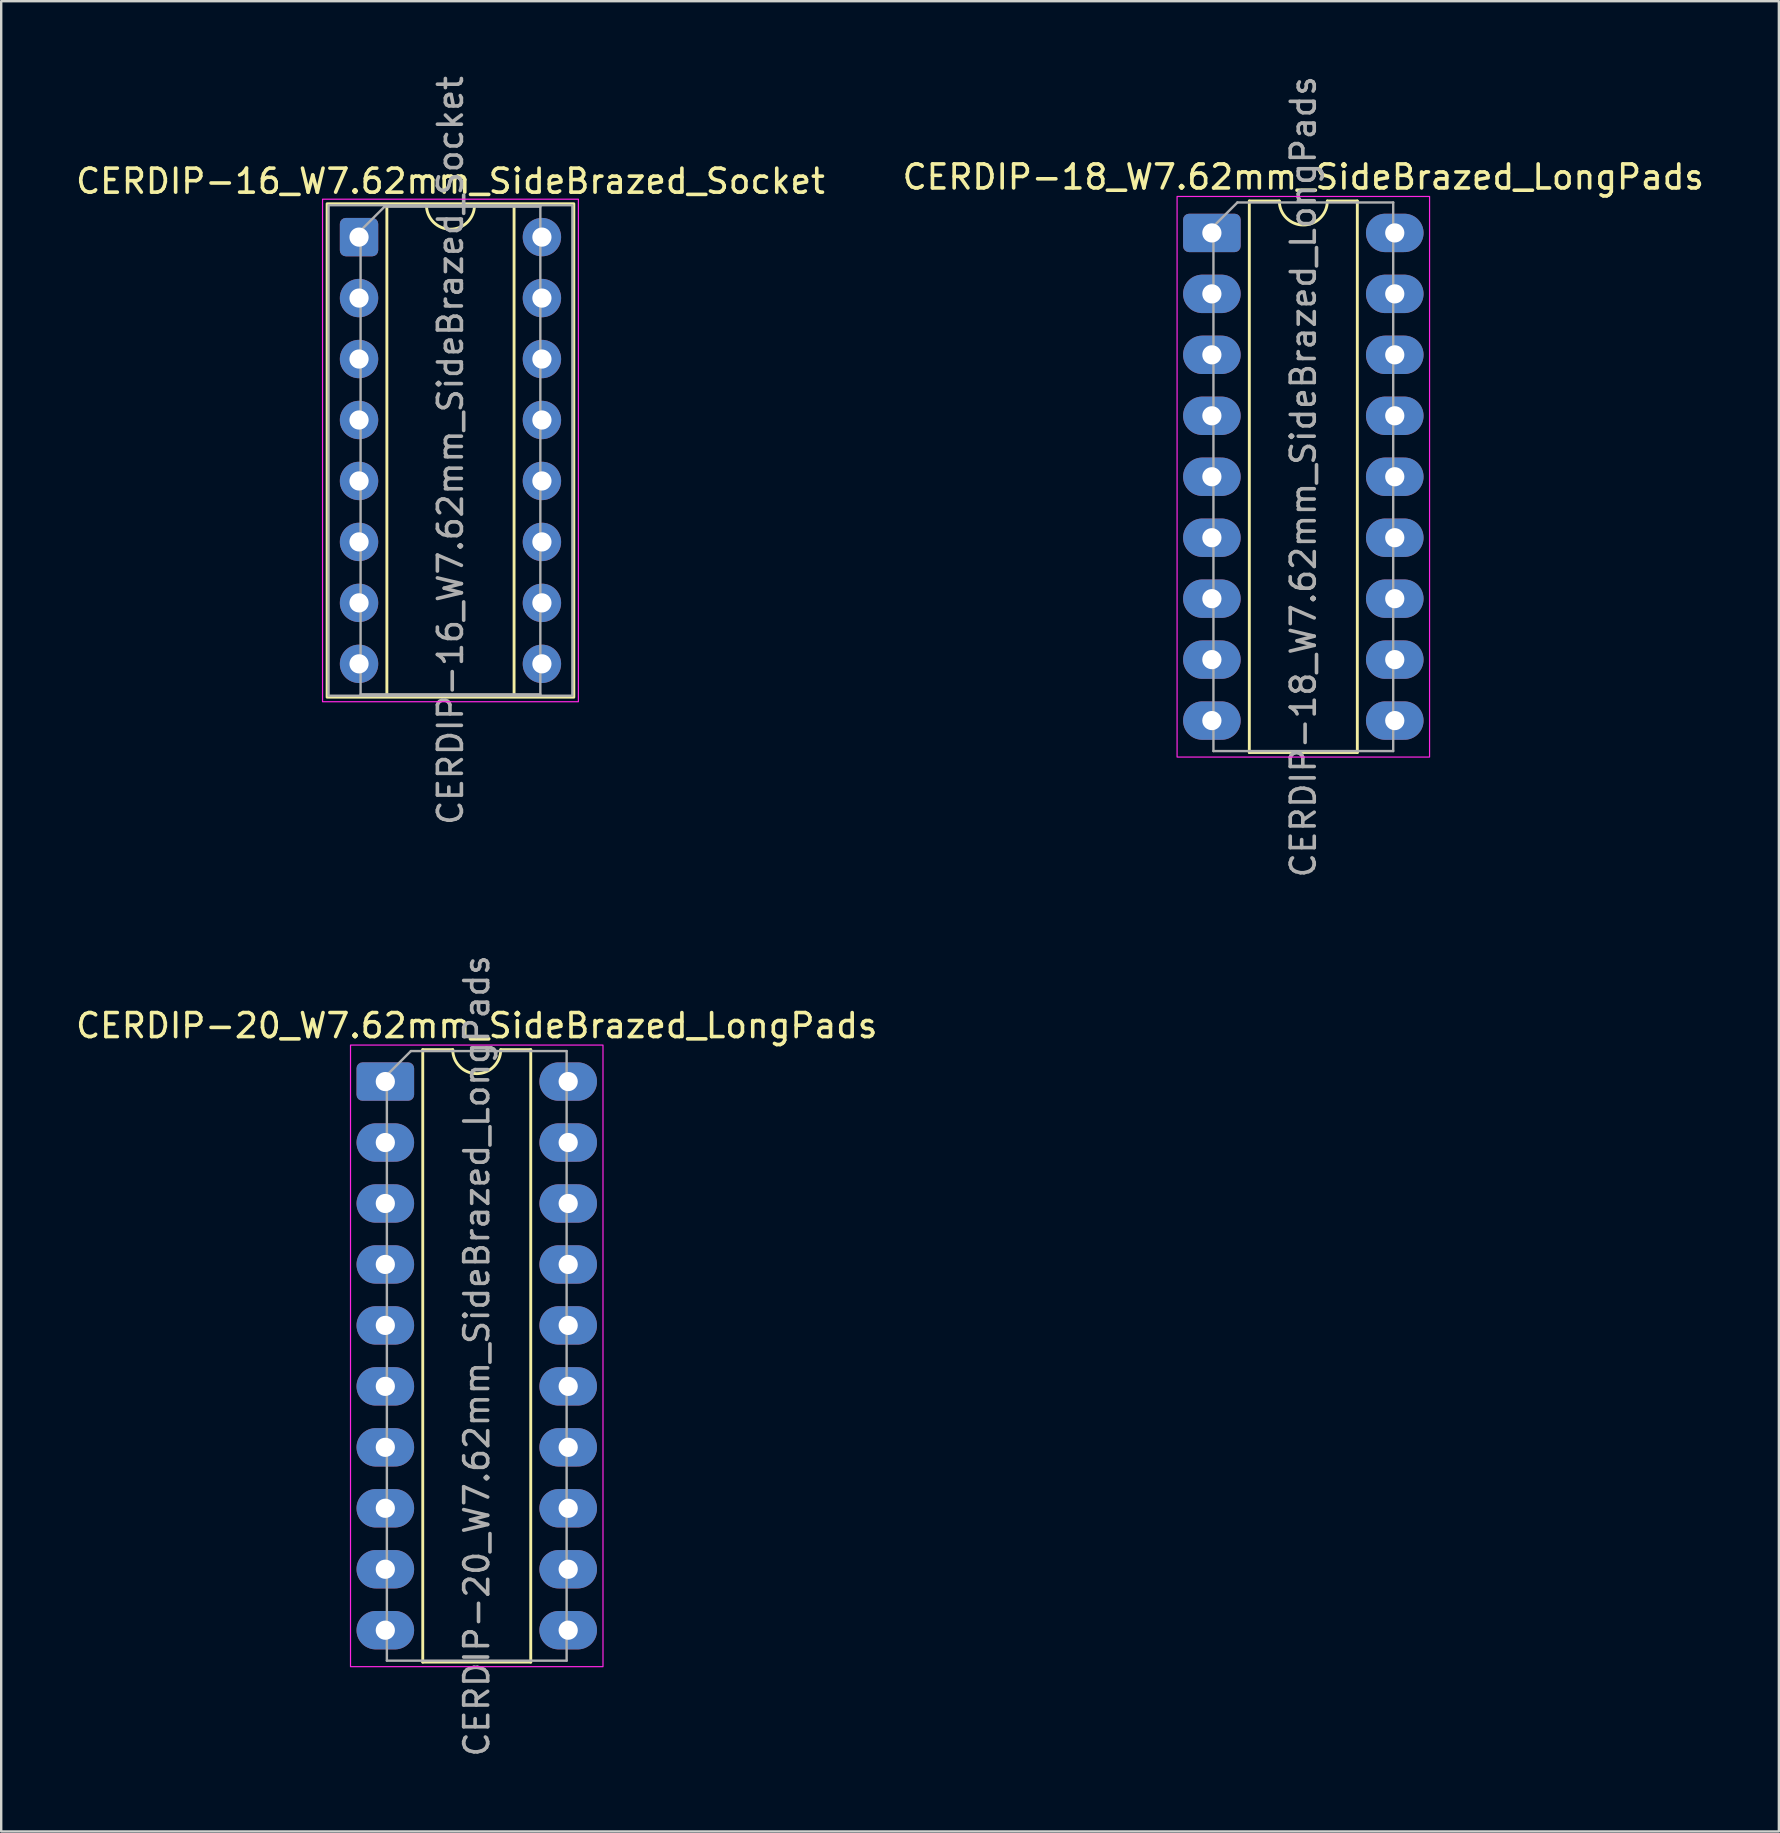
<source format=kicad_pcb>
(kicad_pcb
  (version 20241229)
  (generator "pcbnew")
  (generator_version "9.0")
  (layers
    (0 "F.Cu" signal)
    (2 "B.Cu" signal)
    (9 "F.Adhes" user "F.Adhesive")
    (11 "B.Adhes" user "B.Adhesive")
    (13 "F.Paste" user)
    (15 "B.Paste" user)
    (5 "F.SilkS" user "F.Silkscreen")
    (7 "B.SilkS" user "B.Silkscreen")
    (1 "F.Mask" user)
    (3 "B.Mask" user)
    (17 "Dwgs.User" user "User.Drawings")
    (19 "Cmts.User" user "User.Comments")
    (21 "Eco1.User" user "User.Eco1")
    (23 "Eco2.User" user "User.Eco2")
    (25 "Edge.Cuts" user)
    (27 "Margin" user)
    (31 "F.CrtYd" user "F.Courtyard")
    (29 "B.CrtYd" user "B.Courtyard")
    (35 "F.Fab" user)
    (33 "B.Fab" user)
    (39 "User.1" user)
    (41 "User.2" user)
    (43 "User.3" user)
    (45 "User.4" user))
  (footprint "CERDIP-16_W7.62mm_SideBrazed_Socket"
    (layer "F.Cu")
    (at 11.91 6.83)
    (property "Reference" "CERDIP-16_W7.62mm_SideBrazed_Socket" (at 3.81 -2.33 0) (layer "F.SilkS") (effects (font (size 1 1) (thickness 0.15))))
    (attr through_hole)
    (fp_line (start 1.16 -1.33) (end 1.16 19.11) (stroke (width 0.12) (type solid)) (layer "F.SilkS"))
    (fp_line (start 1.16 19.11) (end 6.46 19.11) (stroke (width 0.12) (type solid)) (layer "F.SilkS"))
    (fp_line (start 2.81 -1.33) (end 1.16 -1.33) (stroke (width 0.12) (type solid)) (layer "F.SilkS"))
    (fp_line (start 6.46 -1.33) (end 4.81 -1.33) (stroke (width 0.12) (type solid)) (layer "F.SilkS"))
    (fp_line (start 6.46 19.11) (end 6.46 -1.33) (stroke (width 0.12) (type solid)) (layer "F.SilkS"))
    (fp_rect (start -1.33 -1.39) (end 8.95 19.17) (stroke (width 0.12) (type solid)) (fill no) (layer "F.SilkS"))
    (fp_arc (start 4.81 -1.33) (mid 3.81 -0.33) (end 2.81 -1.33) (stroke (width 0.12) (type solid)) (layer "F.SilkS"))
    (fp_rect (start -1.52 -1.58) (end 9.14 19.36) (stroke (width 0.05) (type solid)) (fill no) (layer "F.CrtYd"))
    (fp_line (start 0.065 -0.27) (end 1.065 -1.27) (stroke (width 0.1) (type solid)) (layer "F.Fab"))
    (fp_line (start 0.065 19.05) (end 0.065 -0.27) (stroke (width 0.1) (type solid)) (layer "F.Fab"))
    (fp_line (start 1.065 -1.27) (end 7.555 -1.27) (stroke (width 0.1) (type solid)) (layer "F.Fab"))
    (fp_line (start 7.555 -1.27) (end 7.555 19.05) (stroke (width 0.1) (type solid)) (layer "F.Fab"))
    (fp_line (start 7.555 19.05) (end 0.065 19.05) (stroke (width 0.1) (type solid)) (layer "F.Fab"))
    (fp_rect (start -1.27 -1.33) (end 8.89 19.11) (stroke (width 0.1) (type solid)) (fill no) (layer "F.Fab"))
    (fp_text user "${REFERENCE}" (at 3.81 8.89 90) (layer "F.Fab") (effects (font (size 1 1) (thickness 0.15))))
    (pad "1" thru_hole roundrect (at 0 0) (size 1.6 1.6) (drill 0.8) (layers "*.Cu" "*.Mask") (roundrect_rratio 0.156))
    (pad "2" thru_hole circle (at 0 2.54) (size 1.6 1.6) (drill 0.8) (layers "*.Cu" "*.Mask"))
    (pad "3" thru_hole circle (at 0 5.08) (size 1.6 1.6) (drill 0.8) (layers "*.Cu" "*.Mask"))
    (pad "4" thru_hole circle (at 0 7.62) (size 1.6 1.6) (drill 0.8) (layers "*.Cu" "*.Mask"))
    (pad "5" thru_hole circle (at 0 10.16) (size 1.6 1.6) (drill 0.8) (layers "*.Cu" "*.Mask"))
    (pad "6" thru_hole circle (at 0 12.7) (size 1.6 1.6) (drill 0.8) (layers "*.Cu" "*.Mask"))
    (pad "7" thru_hole circle (at 0 15.24) (size 1.6 1.6) (drill 0.8) (layers "*.Cu" "*.Mask"))
    (pad "8" thru_hole circle (at 0 17.78) (size 1.6 1.6) (drill 0.8) (layers "*.Cu" "*.Mask"))
    (pad "9" thru_hole circle (at 7.62 17.78) (size 1.6 1.6) (drill 0.8) (layers "*.Cu" "*.Mask"))
    (pad "10" thru_hole circle (at 7.62 15.24) (size 1.6 1.6) (drill 0.8) (layers "*.Cu" "*.Mask"))
    (pad "11" thru_hole circle (at 7.62 12.7) (size 1.6 1.6) (drill 0.8) (layers "*.Cu" "*.Mask"))
    (pad "12" thru_hole circle (at 7.62 10.16) (size 1.6 1.6) (drill 0.8) (layers "*.Cu" "*.Mask"))
    (pad "13" thru_hole circle (at 7.62 7.62) (size 1.6 1.6) (drill 0.8) (layers "*.Cu" "*.Mask"))
    (pad "14" thru_hole circle (at 7.62 5.08) (size 1.6 1.6) (drill 0.8) (layers "*.Cu" "*.Mask"))
    (pad "15" thru_hole circle (at 7.62 2.54) (size 1.6 1.6) (drill 0.8) (layers "*.Cu" "*.Mask"))
    (pad "16" thru_hole circle (at 7.62 0) (size 1.6 1.6) (drill 0.8) (layers "*.Cu" "*.Mask")))
  (footprint "CERDIP-20_W7.62mm_SideBrazed_LongPads"
    (layer "F.Cu")
    (at 13.005 42.016)
    (property "Reference" "CERDIP-20_W7.62mm_SideBrazed_LongPads" (at 3.81 -2.33 0) (layer "F.SilkS") (effects (font (size 1 1) (thickness 0.15))))
    (attr through_hole)
    (fp_line (start 1.56 -1.33) (end 1.56 24.19) (stroke (width 0.12) (type solid)) (layer "F.SilkS"))
    (fp_line (start 1.56 24.19) (end 6.06 24.19) (stroke (width 0.12) (type solid)) (layer "F.SilkS"))
    (fp_line (start 2.81 -1.33) (end 1.56 -1.33) (stroke (width 0.12) (type solid)) (layer "F.SilkS"))
    (fp_line (start 6.06 -1.33) (end 4.81 -1.33) (stroke (width 0.12) (type solid)) (layer "F.SilkS"))
    (fp_line (start 6.06 24.19) (end 6.06 -1.33) (stroke (width 0.12) (type solid)) (layer "F.SilkS"))
    (fp_arc (start 4.81 -1.33) (mid 3.81 -0.33) (end 2.81 -1.33) (stroke (width 0.12) (type solid)) (layer "F.SilkS"))
    (fp_rect (start -1.45 -1.52) (end 9.07 24.38) (stroke (width 0.05) (type solid)) (fill no) (layer "F.CrtYd"))
    (fp_line (start 0.065 -0.27) (end 1.065 -1.27) (stroke (width 0.1) (type solid)) (layer "F.Fab"))
    (fp_line (start 0.065 24.13) (end 0.065 -0.27) (stroke (width 0.1) (type solid)) (layer "F.Fab"))
    (fp_line (start 1.065 -1.27) (end 7.555 -1.27) (stroke (width 0.1) (type solid)) (layer "F.Fab"))
    (fp_line (start 7.555 -1.27) (end 7.555 24.13) (stroke (width 0.1) (type solid)) (layer "F.Fab"))
    (fp_line (start 7.555 24.13) (end 0.065 24.13) (stroke (width 0.1) (type solid)) (layer "F.Fab"))
    (fp_text user "${REFERENCE}" (at 3.81 11.43 90) (layer "F.Fab") (effects (font (size 1 1) (thickness 0.15))))
    (pad "1" thru_hole roundrect (at 0 0) (size 2.4 1.6) (drill 0.8) (layers "*.Cu" "*.Mask") (roundrect_rratio 0.156))
    (pad "2" thru_hole oval (at 0 2.54) (size 2.4 1.6) (drill 0.8) (layers "*.Cu" "*.Mask"))
    (pad "3" thru_hole oval (at 0 5.08) (size 2.4 1.6) (drill 0.8) (layers "*.Cu" "*.Mask"))
    (pad "4" thru_hole oval (at 0 7.62) (size 2.4 1.6) (drill 0.8) (layers "*.Cu" "*.Mask"))
    (pad "5" thru_hole oval (at 0 10.16) (size 2.4 1.6) (drill 0.8) (layers "*.Cu" "*.Mask"))
    (pad "6" thru_hole oval (at 0 12.7) (size 2.4 1.6) (drill 0.8) (layers "*.Cu" "*.Mask"))
    (pad "7" thru_hole oval (at 0 15.24) (size 2.4 1.6) (drill 0.8) (layers "*.Cu" "*.Mask"))
    (pad "8" thru_hole oval (at 0 17.78) (size 2.4 1.6) (drill 0.8) (layers "*.Cu" "*.Mask"))
    (pad "9" thru_hole oval (at 0 20.32) (size 2.4 1.6) (drill 0.8) (layers "*.Cu" "*.Mask"))
    (pad "10" thru_hole oval (at 0 22.86) (size 2.4 1.6) (drill 0.8) (layers "*.Cu" "*.Mask"))
    (pad "11" thru_hole oval (at 7.62 22.86) (size 2.4 1.6) (drill 0.8) (layers "*.Cu" "*.Mask"))
    (pad "12" thru_hole oval (at 7.62 20.32) (size 2.4 1.6) (drill 0.8) (layers "*.Cu" "*.Mask"))
    (pad "13" thru_hole oval (at 7.62 17.78) (size 2.4 1.6) (drill 0.8) (layers "*.Cu" "*.Mask"))
    (pad "14" thru_hole oval (at 7.62 15.24) (size 2.4 1.6) (drill 0.8) (layers "*.Cu" "*.Mask"))
    (pad "15" thru_hole oval (at 7.62 12.7) (size 2.4 1.6) (drill 0.8) (layers "*.Cu" "*.Mask"))
    (pad "16" thru_hole oval (at 7.62 10.16) (size 2.4 1.6) (drill 0.8) (layers "*.Cu" "*.Mask"))
    (pad "17" thru_hole oval (at 7.62 7.62) (size 2.4 1.6) (drill 0.8) (layers "*.Cu" "*.Mask"))
    (pad "18" thru_hole oval (at 7.62 5.08) (size 2.4 1.6) (drill 0.8) (layers "*.Cu" "*.Mask"))
    (pad "19" thru_hole oval (at 7.62 2.54) (size 2.4 1.6) (drill 0.8) (layers "*.Cu" "*.Mask"))
    (pad "20" thru_hole oval (at 7.62 0) (size 2.4 1.6) (drill 0.8) (layers "*.Cu" "*.Mask")))
  (footprint "CERDIP-18_W7.62mm_SideBrazed_LongPads"
    (layer "F.Cu")
    (at 47.446 6.655)
    (property "Reference" "CERDIP-18_W7.62mm_SideBrazed_LongPads" (at 3.81 -2.33 0) (layer "F.SilkS") (effects (font (size 1 1) (thickness 0.15))))
    (attr through_hole)
    (fp_line (start 1.56 -1.33) (end 1.56 21.65) (stroke (width 0.12) (type solid)) (layer "F.SilkS"))
    (fp_line (start 1.56 21.65) (end 6.06 21.65) (stroke (width 0.12) (type solid)) (layer "F.SilkS"))
    (fp_line (start 2.81 -1.33) (end 1.56 -1.33) (stroke (width 0.12) (type solid)) (layer "F.SilkS"))
    (fp_line (start 6.06 -1.33) (end 4.81 -1.33) (stroke (width 0.12) (type solid)) (layer "F.SilkS"))
    (fp_line (start 6.06 21.65) (end 6.06 -1.33) (stroke (width 0.12) (type solid)) (layer "F.SilkS"))
    (fp_arc (start 4.81 -1.33) (mid 3.81 -0.33) (end 2.81 -1.33) (stroke (width 0.12) (type solid)) (layer "F.SilkS"))
    (fp_rect (start -1.45 -1.52) (end 9.07 21.84) (stroke (width 0.05) (type solid)) (fill no) (layer "F.CrtYd"))
    (fp_line (start 0.065 -0.27) (end 1.065 -1.27) (stroke (width 0.1) (type solid)) (layer "F.Fab"))
    (fp_line (start 0.065 21.59) (end 0.065 -0.27) (stroke (width 0.1) (type solid)) (layer "F.Fab"))
    (fp_line (start 1.065 -1.27) (end 7.555 -1.27) (stroke (width 0.1) (type solid)) (layer "F.Fab"))
    (fp_line (start 7.555 -1.27) (end 7.555 21.59) (stroke (width 0.1) (type solid)) (layer "F.Fab"))
    (fp_line (start 7.555 21.59) (end 0.065 21.59) (stroke (width 0.1) (type solid)) (layer "F.Fab"))
    (fp_text user "${REFERENCE}" (at 3.81 10.16 90) (layer "F.Fab") (effects (font (size 1 1) (thickness 0.15))))
    (pad "1" thru_hole roundrect (at 0 0) (size 2.4 1.6) (drill 0.8) (layers "*.Cu" "*.Mask") (roundrect_rratio 0.156))
    (pad "2" thru_hole oval (at 0 2.54) (size 2.4 1.6) (drill 0.8) (layers "*.Cu" "*.Mask"))
    (pad "3" thru_hole oval (at 0 5.08) (size 2.4 1.6) (drill 0.8) (layers "*.Cu" "*.Mask"))
    (pad "4" thru_hole oval (at 0 7.62) (size 2.4 1.6) (drill 0.8) (layers "*.Cu" "*.Mask"))
    (pad "5" thru_hole oval (at 0 10.16) (size 2.4 1.6) (drill 0.8) (layers "*.Cu" "*.Mask"))
    (pad "6" thru_hole oval (at 0 12.7) (size 2.4 1.6) (drill 0.8) (layers "*.Cu" "*.Mask"))
    (pad "7" thru_hole oval (at 0 15.24) (size 2.4 1.6) (drill 0.8) (layers "*.Cu" "*.Mask"))
    (pad "8" thru_hole oval (at 0 17.78) (size 2.4 1.6) (drill 0.8) (layers "*.Cu" "*.Mask"))
    (pad "9" thru_hole oval (at 0 20.32) (size 2.4 1.6) (drill 0.8) (layers "*.Cu" "*.Mask"))
    (pad "10" thru_hole oval (at 7.62 20.32) (size 2.4 1.6) (drill 0.8) (layers "*.Cu" "*.Mask"))
    (pad "11" thru_hole oval (at 7.62 17.78) (size 2.4 1.6) (drill 0.8) (layers "*.Cu" "*.Mask"))
    (pad "12" thru_hole oval (at 7.62 15.24) (size 2.4 1.6) (drill 0.8) (layers "*.Cu" "*.Mask"))
    (pad "13" thru_hole oval (at 7.62 12.7) (size 2.4 1.6) (drill 0.8) (layers "*.Cu" "*.Mask"))
    (pad "14" thru_hole oval (at 7.62 10.16) (size 2.4 1.6) (drill 0.8) (layers "*.Cu" "*.Mask"))
    (pad "15" thru_hole oval (at 7.62 7.62) (size 2.4 1.6) (drill 0.8) (layers "*.Cu" "*.Mask"))
    (pad "16" thru_hole oval (at 7.62 5.08) (size 2.4 1.6) (drill 0.8) (layers "*.Cu" "*.Mask"))
    (pad "17" thru_hole oval (at 7.62 2.54) (size 2.4 1.6) (drill 0.8) (layers "*.Cu" "*.Mask"))
    (pad "18" thru_hole oval (at 7.62 0) (size 2.4 1.6) (drill 0.8) (layers "*.Cu" "*.Mask")))
  (gr_rect
    (start -3 -3)
    (end 71.071 73.262)
    (stroke (width 0.1) (type default))
    (fill no)
    (layer "Edge.Cuts")))
</source>
